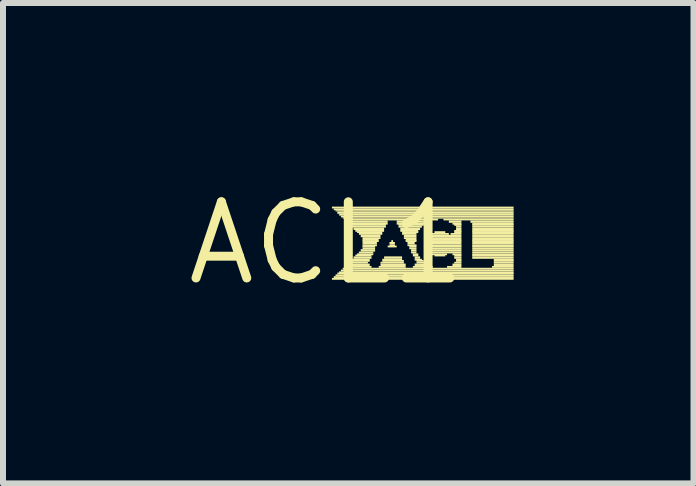
<source format=kicad_pcb>
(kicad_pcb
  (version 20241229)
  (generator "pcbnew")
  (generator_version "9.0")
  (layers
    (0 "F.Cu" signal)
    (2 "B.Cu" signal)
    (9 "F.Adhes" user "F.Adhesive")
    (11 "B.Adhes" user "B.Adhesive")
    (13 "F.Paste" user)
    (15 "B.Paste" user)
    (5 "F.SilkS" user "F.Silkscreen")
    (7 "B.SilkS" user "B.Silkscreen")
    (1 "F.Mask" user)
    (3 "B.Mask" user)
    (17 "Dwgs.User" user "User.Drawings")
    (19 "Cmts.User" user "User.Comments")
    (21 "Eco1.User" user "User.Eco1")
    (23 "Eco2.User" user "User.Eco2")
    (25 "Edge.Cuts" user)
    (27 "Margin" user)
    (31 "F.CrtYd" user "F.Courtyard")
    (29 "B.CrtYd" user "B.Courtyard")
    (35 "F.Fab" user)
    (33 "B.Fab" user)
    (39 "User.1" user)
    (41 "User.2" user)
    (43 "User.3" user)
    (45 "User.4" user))
  (footprint "ACL1"
    (layer "F.Cu")
    (at 2.396 1.006)
    (property "Reference" "ACL1" (at 0 0 0) (layer "F.SilkS") (effects (font (size 1.27 1.27) (thickness 0.15))))
    (fp_poly (pts (xy 0.09 -0.58) (xy 3.12 -0.58) (xy 3.12 -0.61) (xy 0.09 -0.61)) (stroke (width 0) (type solid)) (fill yes) (layer "F.SilkS"))
    (fp_poly (pts (xy 0.09 0.61) (xy 3.12 0.61) (xy 3.12 0.58) (xy 0.09 0.58)) (stroke (width 0) (type solid)) (fill yes) (layer "F.SilkS"))
    (fp_poly (pts (xy 0.12 -0.55) (xy 3.12 -0.55) (xy 3.12 -0.58) (xy 0.12 -0.58)) (stroke (width 0) (type solid)) (fill yes) (layer "F.SilkS"))
    (fp_poly (pts (xy 0.12 0.58) (xy 3.12 0.58) (xy 3.12 0.55) (xy 0.12 0.55)) (stroke (width 0) (type solid)) (fill yes) (layer "F.SilkS"))
    (fp_poly (pts (xy 0.15 -0.53) (xy 3.12 -0.53) (xy 3.12 -0.55) (xy 0.15 -0.55)) (stroke (width 0) (type solid)) (fill yes) (layer "F.SilkS"))
    (fp_poly (pts (xy 0.15 0.55) (xy 3.12 0.55) (xy 3.12 0.52) (xy 0.15 0.52)) (stroke (width 0) (type solid)) (fill yes) (layer "F.SilkS"))
    (fp_poly (pts (xy 0.18 -0.49) (xy 3.12 -0.49) (xy 3.12 -0.53) (xy 0.18 -0.53)) (stroke (width 0) (type solid)) (fill yes) (layer "F.SilkS"))
    (fp_poly (pts (xy 0.18 0.52) (xy 3.12 0.52) (xy 3.12 0.49) (xy 0.18 0.49)) (stroke (width 0) (type solid)) (fill yes) (layer "F.SilkS"))
    (fp_poly (pts (xy 0.21 -0.46) (xy 3.12 -0.46) (xy 3.12 -0.49) (xy 0.21 -0.49)) (stroke (width 0) (type solid)) (fill yes) (layer "F.SilkS"))
    (fp_poly (pts (xy 0.21 0.5) (xy 3.12 0.5) (xy 3.12 0.47) (xy 0.21 0.47)) (stroke (width 0) (type solid)) (fill yes) (layer "F.SilkS"))
    (fp_poly (pts (xy 0.24 -0.43) (xy 3.12 -0.43) (xy 3.12 -0.46) (xy 0.24 -0.46)) (stroke (width 0) (type solid)) (fill yes) (layer "F.SilkS"))
    (fp_poly (pts (xy 0.24 0.47) (xy 3.12 0.47) (xy 3.12 0.44) (xy 0.24 0.44)) (stroke (width 0) (type solid)) (fill yes) (layer "F.SilkS"))
    (fp_poly (pts (xy 0.27 -0.41) (xy 3.12 -0.41) (xy 3.12 -0.43) (xy 0.27 -0.43)) (stroke (width 0) (type solid)) (fill yes) (layer "F.SilkS"))
    (fp_poly (pts (xy 0.27 0.44) (xy 3.12 0.44) (xy 3.12 0.41) (xy 0.27 0.41)) (stroke (width 0) (type solid)) (fill yes) (layer "F.SilkS"))
    (fp_poly (pts (xy 0.3 -0.38) (xy 1.86 -0.38) (xy 1.86 -0.41) (xy 0.3 -0.41)) (stroke (width 0) (type solid)) (fill yes) (layer "F.SilkS"))
    (fp_poly (pts (xy 0.3 0.41) (xy 0.75 0.41) (xy 0.75 0.38) (xy 0.3 0.38)) (stroke (width 0) (type solid)) (fill yes) (layer "F.SilkS"))
    (fp_poly (pts (xy 0.33 -0.34) (xy 1.02 -0.34) (xy 1.02 -0.38) (xy 0.33 -0.38)) (stroke (width 0) (type solid)) (fill yes) (layer "F.SilkS"))
    (fp_poly (pts (xy 0.33 0.38) (xy 0.72 0.38) (xy 0.72 0.34) (xy 0.33 0.34)) (stroke (width 0) (type solid)) (fill yes) (layer "F.SilkS"))
    (fp_poly (pts (xy 0.36 -0.31) (xy 1.02 -0.31) (xy 1.02 -0.34) (xy 0.36 -0.34)) (stroke (width 0) (type solid)) (fill yes) (layer "F.SilkS"))
    (fp_poly (pts (xy 0.36 0.34) (xy 0.69 0.34) (xy 0.69 0.31) (xy 0.36 0.31)) (stroke (width 0) (type solid)) (fill yes) (layer "F.SilkS"))
    (fp_poly (pts (xy 0.39 -0.29) (xy 0.99 -0.29) (xy 0.99 -0.32) (xy 0.39 -0.32)) (stroke (width 0) (type solid)) (fill yes) (layer "F.SilkS"))
    (fp_poly (pts (xy 0.39 0.31) (xy 0.72 0.31) (xy 0.72 0.28) (xy 0.39 0.28)) (stroke (width 0) (type solid)) (fill yes) (layer "F.SilkS"))
    (fp_poly (pts (xy 0.42 -0.26) (xy 0.99 -0.26) (xy 0.99 -0.29) (xy 0.42 -0.29)) (stroke (width 0) (type solid)) (fill yes) (layer "F.SilkS"))
    (fp_poly (pts (xy 0.42 0.29) (xy 0.72 0.29) (xy 0.72 0.26) (xy 0.42 0.26)) (stroke (width 0) (type solid)) (fill yes) (layer "F.SilkS"))
    (fp_poly (pts (xy 0.45 -0.22) (xy 0.96 -0.22) (xy 0.96 -0.26) (xy 0.45 -0.26)) (stroke (width 0) (type solid)) (fill yes) (layer "F.SilkS"))
    (fp_poly (pts (xy 0.45 0.26) (xy 0.75 0.26) (xy 0.75 0.22) (xy 0.45 0.22)) (stroke (width 0) (type solid)) (fill yes) (layer "F.SilkS"))
    (fp_poly (pts (xy 0.48 -0.19) (xy 0.96 -0.19) (xy 0.96 -0.22) (xy 0.48 -0.22)) (stroke (width 0) (type solid)) (fill yes) (layer "F.SilkS"))
    (fp_poly (pts (xy 0.48 0.22) (xy 0.75 0.22) (xy 0.75 0.19) (xy 0.48 0.19)) (stroke (width 0) (type solid)) (fill yes) (layer "F.SilkS"))
    (fp_poly (pts (xy 0.51 -0.17) (xy 0.93 -0.17) (xy 0.93 -0.2) (xy 0.51 -0.2)) (stroke (width 0) (type solid)) (fill yes) (layer "F.SilkS"))
    (fp_poly (pts (xy 0.51 0.2) (xy 0.78 0.2) (xy 0.78 0.17) (xy 0.51 0.17)) (stroke (width 0) (type solid)) (fill yes) (layer "F.SilkS"))
    (fp_poly (pts (xy 0.54 -0.14) (xy 0.93 -0.14) (xy 0.93 -0.17) (xy 0.54 -0.17)) (stroke (width 0) (type solid)) (fill yes) (layer "F.SilkS"))
    (fp_poly (pts (xy 0.54 0.17) (xy 0.78 0.17) (xy 0.78 0.14) (xy 0.54 0.14)) (stroke (width 0) (type solid)) (fill yes) (layer "F.SilkS"))
    (fp_poly (pts (xy 0.57 -0.1) (xy 0.9 -0.1) (xy 0.9 -0.14) (xy 0.57 -0.14)) (stroke (width 0) (type solid)) (fill yes) (layer "F.SilkS"))
    (fp_poly (pts (xy 0.57 0.14) (xy 0.81 0.14) (xy 0.81 0.1) (xy 0.57 0.1)) (stroke (width 0) (type solid)) (fill yes) (layer "F.SilkS"))
    (fp_poly (pts (xy 0.6 -0.07) (xy 0.9 -0.07) (xy 0.9 -0.1) (xy 0.6 -0.1)) (stroke (width 0) (type solid)) (fill yes) (layer "F.SilkS"))
    (fp_poly (pts (xy 0.6 -0.04) (xy 0.87 -0.04) (xy 0.87 -0.07) (xy 0.6 -0.07)) (stroke (width 0) (type solid)) (fill yes) (layer "F.SilkS"))
    (fp_poly (pts (xy 0.6 -0.02) (xy 0.87 -0.02) (xy 0.87 -0.05) (xy 0.6 -0.05)) (stroke (width 0) (type solid)) (fill yes) (layer "F.SilkS"))
    (fp_poly (pts (xy 0.6 0.02) (xy 0.84 0.02) (xy 0.84 -0.02) (xy 0.6 -0.02)) (stroke (width 0) (type solid)) (fill yes) (layer "F.SilkS"))
    (fp_poly (pts (xy 0.6 0.05) (xy 0.84 0.05) (xy 0.84 0.02) (xy 0.6 0.02)) (stroke (width 0) (type solid)) (fill yes) (layer "F.SilkS"))
    (fp_poly (pts (xy 0.6 0.07) (xy 0.81 0.07) (xy 0.81 0.04) (xy 0.6 0.04)) (stroke (width 0) (type solid)) (fill yes) (layer "F.SilkS"))
    (fp_poly (pts (xy 0.6 0.1) (xy 0.81 0.1) (xy 0.81 0.07) (xy 0.6 0.07)) (stroke (width 0) (type solid)) (fill yes) (layer "F.SilkS"))
    (fp_poly (pts (xy 0.87 0.41) (xy 1.32 0.41) (xy 1.32 0.38) (xy 0.87 0.38)) (stroke (width 0) (type solid)) (fill yes) (layer "F.SilkS"))
    (fp_poly (pts (xy 0.9 0.34) (xy 1.29 0.34) (xy 1.29 0.31) (xy 0.9 0.31)) (stroke (width 0) (type solid)) (fill yes) (layer "F.SilkS"))
    (fp_poly (pts (xy 0.9 0.38) (xy 1.32 0.38) (xy 1.32 0.34) (xy 0.9 0.34)) (stroke (width 0) (type solid)) (fill yes) (layer "F.SilkS"))
    (fp_poly (pts (xy 0.93 0.29) (xy 1.26 0.29) (xy 1.26 0.26) (xy 0.93 0.26)) (stroke (width 0) (type solid)) (fill yes) (layer "F.SilkS"))
    (fp_poly (pts (xy 0.93 0.31) (xy 1.29 0.31) (xy 1.29 0.28) (xy 0.93 0.28)) (stroke (width 0) (type solid)) (fill yes) (layer "F.SilkS"))
    (fp_poly (pts (xy 0.96 0.26) (xy 1.26 0.26) (xy 1.26 0.22) (xy 0.96 0.22)) (stroke (width 0) (type solid)) (fill yes) (layer "F.SilkS"))
    (fp_poly (pts (xy 1.02 0.07) (xy 1.17 0.07) (xy 1.17 0.04) (xy 1.02 0.04)) (stroke (width 0) (type solid)) (fill yes) (layer "F.SilkS"))
    (fp_poly (pts (xy 1.05 0.02) (xy 1.14 0.02) (xy 1.14 -0.02) (xy 1.05 -0.02)) (stroke (width 0) (type solid)) (fill yes) (layer "F.SilkS"))
    (fp_poly (pts (xy 1.05 0.05) (xy 1.14 0.05) (xy 1.14 0.02) (xy 1.05 0.02)) (stroke (width 0) (type solid)) (fill yes) (layer "F.SilkS"))
    (fp_poly (pts (xy 1.08 -0.02) (xy 1.11 -0.02) (xy 1.11 -0.05) (xy 1.08 -0.05)) (stroke (width 0) (type solid)) (fill yes) (layer "F.SilkS"))
    (fp_poly (pts (xy 1.17 -0.34) (xy 1.74 -0.34) (xy 1.74 -0.38) (xy 1.17 -0.38)) (stroke (width 0) (type solid)) (fill yes) (layer "F.SilkS"))
    (fp_poly (pts (xy 1.17 -0.31) (xy 1.68 -0.31) (xy 1.68 -0.34) (xy 1.17 -0.34)) (stroke (width 0) (type solid)) (fill yes) (layer "F.SilkS"))
    (fp_poly (pts (xy 1.2 -0.29) (xy 1.62 -0.29) (xy 1.62 -0.32) (xy 1.2 -0.32)) (stroke (width 0) (type solid)) (fill yes) (layer "F.SilkS"))
    (fp_poly (pts (xy 1.2 -0.26) (xy 1.59 -0.26) (xy 1.59 -0.29) (xy 1.2 -0.29)) (stroke (width 0) (type solid)) (fill yes) (layer "F.SilkS"))
    (fp_poly (pts (xy 1.23 -0.22) (xy 1.56 -0.22) (xy 1.56 -0.26) (xy 1.23 -0.26)) (stroke (width 0) (type solid)) (fill yes) (layer "F.SilkS"))
    (fp_poly (pts (xy 1.23 -0.19) (xy 1.53 -0.19) (xy 1.53 -0.22) (xy 1.23 -0.22)) (stroke (width 0) (type solid)) (fill yes) (layer "F.SilkS"))
    (fp_poly (pts (xy 1.26 -0.17) (xy 1.53 -0.17) (xy 1.53 -0.2) (xy 1.26 -0.2)) (stroke (width 0) (type solid)) (fill yes) (layer "F.SilkS"))
    (fp_poly (pts (xy 1.26 -0.14) (xy 1.5 -0.14) (xy 1.5 -0.17) (xy 1.26 -0.17)) (stroke (width 0) (type solid)) (fill yes) (layer "F.SilkS"))
    (fp_poly (pts (xy 1.29 -0.1) (xy 1.5 -0.1) (xy 1.5 -0.14) (xy 1.29 -0.14)) (stroke (width 0) (type solid)) (fill yes) (layer "F.SilkS"))
    (fp_poly (pts (xy 1.29 -0.07) (xy 1.5 -0.07) (xy 1.5 -0.1) (xy 1.29 -0.1)) (stroke (width 0) (type solid)) (fill yes) (layer "F.SilkS"))
    (fp_poly (pts (xy 1.32 -0.04) (xy 1.5 -0.04) (xy 1.5 -0.07) (xy 1.32 -0.07)) (stroke (width 0) (type solid)) (fill yes) (layer "F.SilkS"))
    (fp_poly (pts (xy 1.32 -0.02) (xy 1.5 -0.02) (xy 1.5 -0.05) (xy 1.32 -0.05)) (stroke (width 0) (type solid)) (fill yes) (layer "F.SilkS"))
    (fp_poly (pts (xy 1.35 0.02) (xy 1.47 0.02) (xy 1.47 -0.02) (xy 1.35 -0.02)) (stroke (width 0) (type solid)) (fill yes) (layer "F.SilkS"))
    (fp_poly (pts (xy 1.35 0.05) (xy 1.5 0.05) (xy 1.5 0.02) (xy 1.35 0.02)) (stroke (width 0) (type solid)) (fill yes) (layer "F.SilkS"))
    (fp_poly (pts (xy 1.38 0.07) (xy 1.5 0.07) (xy 1.5 0.04) (xy 1.38 0.04)) (stroke (width 0) (type solid)) (fill yes) (layer "F.SilkS"))
    (fp_poly (pts (xy 1.38 0.1) (xy 1.5 0.1) (xy 1.5 0.07) (xy 1.38 0.07)) (stroke (width 0) (type solid)) (fill yes) (layer "F.SilkS"))
    (fp_poly (pts (xy 1.41 0.14) (xy 1.5 0.14) (xy 1.5 0.1) (xy 1.41 0.1)) (stroke (width 0) (type solid)) (fill yes) (layer "F.SilkS"))
    (fp_poly (pts (xy 1.41 0.17) (xy 1.5 0.17) (xy 1.5 0.14) (xy 1.41 0.14)) (stroke (width 0) (type solid)) (fill yes) (layer "F.SilkS"))
    (fp_poly (pts (xy 1.44 0.2) (xy 1.53 0.2) (xy 1.53 0.17) (xy 1.44 0.17)) (stroke (width 0) (type solid)) (fill yes) (layer "F.SilkS"))
    (fp_poly (pts (xy 1.44 0.22) (xy 1.53 0.22) (xy 1.53 0.19) (xy 1.44 0.19)) (stroke (width 0) (type solid)) (fill yes) (layer "F.SilkS"))
    (fp_poly (pts (xy 1.44 0.41) (xy 1.77 0.41) (xy 1.77 0.38) (xy 1.44 0.38)) (stroke (width 0) (type solid)) (fill yes) (layer "F.SilkS"))
    (fp_poly (pts (xy 1.47 0.26) (xy 1.56 0.26) (xy 1.56 0.22) (xy 1.47 0.22)) (stroke (width 0) (type solid)) (fill yes) (layer "F.SilkS"))
    (fp_poly (pts (xy 1.47 0.29) (xy 1.59 0.29) (xy 1.59 0.26) (xy 1.47 0.26)) (stroke (width 0) (type solid)) (fill yes) (layer "F.SilkS"))
    (fp_poly (pts (xy 1.47 0.38) (xy 1.68 0.38) (xy 1.68 0.34) (xy 1.47 0.34)) (stroke (width 0) (type solid)) (fill yes) (layer "F.SilkS"))
    (fp_poly (pts (xy 1.5 0.31) (xy 1.62 0.31) (xy 1.62 0.28) (xy 1.5 0.28)) (stroke (width 0) (type solid)) (fill yes) (layer "F.SilkS"))
    (fp_poly (pts (xy 1.5 0.34) (xy 1.65 0.34) (xy 1.65 0.31) (xy 1.5 0.31)) (stroke (width 0) (type solid)) (fill yes) (layer "F.SilkS"))
    (fp_poly (pts (xy 1.68 -0.07) (xy 2.25 -0.07) (xy 2.25 -0.1) (xy 1.68 -0.1)) (stroke (width 0) (type solid)) (fill yes) (layer "F.SilkS"))
    (fp_poly (pts (xy 1.68 -0.04) (xy 2.25 -0.04) (xy 2.25 -0.07) (xy 1.68 -0.07)) (stroke (width 0) (type solid)) (fill yes) (layer "F.SilkS"))
    (fp_poly (pts (xy 1.68 -0.02) (xy 2.25 -0.02) (xy 2.25 -0.05) (xy 1.68 -0.05)) (stroke (width 0) (type solid)) (fill yes) (layer "F.SilkS"))
    (fp_poly (pts (xy 1.68 0.02) (xy 2.25 0.02) (xy 2.25 -0.02) (xy 1.68 -0.02)) (stroke (width 0) (type solid)) (fill yes) (layer "F.SilkS"))
    (fp_poly (pts (xy 1.68 0.05) (xy 2.25 0.05) (xy 2.25 0.02) (xy 1.68 0.02)) (stroke (width 0) (type solid)) (fill yes) (layer "F.SilkS"))
    (fp_poly (pts (xy 1.68 0.07) (xy 2.25 0.07) (xy 2.25 0.04) (xy 1.68 0.04)) (stroke (width 0) (type solid)) (fill yes) (layer "F.SilkS"))
    (fp_poly (pts (xy 1.68 0.1) (xy 2.25 0.1) (xy 2.25 0.07) (xy 1.68 0.07)) (stroke (width 0) (type solid)) (fill yes) (layer "F.SilkS"))
    (fp_poly (pts (xy 1.71 -0.1) (xy 2.25 -0.1) (xy 2.25 -0.14) (xy 1.71 -0.14)) (stroke (width 0) (type solid)) (fill yes) (layer "F.SilkS"))
    (fp_poly (pts (xy 1.71 0.14) (xy 2.25 0.14) (xy 2.25 0.1) (xy 1.71 0.1)) (stroke (width 0) (type solid)) (fill yes) (layer "F.SilkS"))
    (fp_poly (pts (xy 1.71 0.17) (xy 2.25 0.17) (xy 2.25 0.14) (xy 1.71 0.14)) (stroke (width 0) (type solid)) (fill yes) (layer "F.SilkS"))
    (fp_poly (pts (xy 1.74 -0.14) (xy 2.04 -0.14) (xy 2.04 -0.17) (xy 1.74 -0.17)) (stroke (width 0) (type solid)) (fill yes) (layer "F.SilkS"))
    (fp_poly (pts (xy 1.74 0.2) (xy 2.01 0.2) (xy 2.01 0.17) (xy 1.74 0.17)) (stroke (width 0) (type solid)) (fill yes) (layer "F.SilkS"))
    (fp_poly (pts (xy 1.8 -0.17) (xy 1.98 -0.17) (xy 1.98 -0.2) (xy 1.8 -0.2)) (stroke (width 0) (type solid)) (fill yes) (layer "F.SilkS"))
    (fp_poly (pts (xy 1.8 0.22) (xy 1.98 0.22) (xy 1.98 0.19) (xy 1.8 0.19)) (stroke (width 0) (type solid)) (fill yes) (layer "F.SilkS"))
    (fp_poly (pts (xy 1.95 -0.38) (xy 3.12 -0.38) (xy 3.12 -0.41) (xy 1.95 -0.41)) (stroke (width 0) (type solid)) (fill yes) (layer "F.SilkS"))
    (fp_poly (pts (xy 2.01 0.41) (xy 2.25 0.41) (xy 2.25 0.38) (xy 2.01 0.38)) (stroke (width 0) (type solid)) (fill yes) (layer "F.SilkS"))
    (fp_poly (pts (xy 2.04 -0.34) (xy 2.25 -0.34) (xy 2.25 -0.38) (xy 2.04 -0.38)) (stroke (width 0) (type solid)) (fill yes) (layer "F.SilkS"))
    (fp_poly (pts (xy 2.07 -0.14) (xy 2.25 -0.14) (xy 2.25 -0.17) (xy 2.07 -0.17)) (stroke (width 0) (type solid)) (fill yes) (layer "F.SilkS"))
    (fp_poly (pts (xy 2.1 -0.31) (xy 2.25 -0.31) (xy 2.25 -0.34) (xy 2.1 -0.34)) (stroke (width 0) (type solid)) (fill yes) (layer "F.SilkS"))
    (fp_poly (pts (xy 2.1 0.2) (xy 2.25 0.2) (xy 2.25 0.17) (xy 2.1 0.17)) (stroke (width 0) (type solid)) (fill yes) (layer "F.SilkS"))
    (fp_poly (pts (xy 2.1 0.38) (xy 2.25 0.38) (xy 2.25 0.34) (xy 2.1 0.34)) (stroke (width 0) (type solid)) (fill yes) (layer "F.SilkS"))
    (fp_poly (pts (xy 2.13 -0.29) (xy 2.25 -0.29) (xy 2.25 -0.32) (xy 2.13 -0.32)) (stroke (width 0) (type solid)) (fill yes) (layer "F.SilkS"))
    (fp_poly (pts (xy 2.13 -0.19) (xy 2.25 -0.19) (xy 2.25 -0.22) (xy 2.13 -0.22)) (stroke (width 0) (type solid)) (fill yes) (layer "F.SilkS"))
    (fp_poly (pts (xy 2.13 -0.17) (xy 2.25 -0.17) (xy 2.25 -0.2) (xy 2.13 -0.2)) (stroke (width 0) (type solid)) (fill yes) (layer "F.SilkS"))
    (fp_poly (pts (xy 2.13 0.22) (xy 2.25 0.22) (xy 2.25 0.19) (xy 2.13 0.19)) (stroke (width 0) (type solid)) (fill yes) (layer "F.SilkS"))
    (fp_poly (pts (xy 2.13 0.26) (xy 2.25 0.26) (xy 2.25 0.22) (xy 2.13 0.22)) (stroke (width 0) (type solid)) (fill yes) (layer "F.SilkS"))
    (fp_poly (pts (xy 2.13 0.34) (xy 2.25 0.34) (xy 2.25 0.31) (xy 2.13 0.31)) (stroke (width 0) (type solid)) (fill yes) (layer "F.SilkS"))
    (fp_poly (pts (xy 2.16 -0.26) (xy 2.25 -0.26) (xy 2.25 -0.29) (xy 2.16 -0.29)) (stroke (width 0) (type solid)) (fill yes) (layer "F.SilkS"))
    (fp_poly (pts (xy 2.16 -0.22) (xy 2.25 -0.22) (xy 2.25 -0.26) (xy 2.16 -0.26)) (stroke (width 0) (type solid)) (fill yes) (layer "F.SilkS"))
    (fp_poly (pts (xy 2.16 0.29) (xy 2.25 0.29) (xy 2.25 0.26) (xy 2.16 0.26)) (stroke (width 0) (type solid)) (fill yes) (layer "F.SilkS"))
    (fp_poly (pts (xy 2.16 0.31) (xy 2.25 0.31) (xy 2.25 0.28) (xy 2.16 0.28)) (stroke (width 0) (type solid)) (fill yes) (layer "F.SilkS"))
    (fp_poly (pts (xy 2.4 -0.34) (xy 3.12 -0.34) (xy 3.12 -0.38) (xy 2.4 -0.38)) (stroke (width 0) (type solid)) (fill yes) (layer "F.SilkS"))
    (fp_poly (pts (xy 2.43 -0.31) (xy 3.12 -0.31) (xy 3.12 -0.34) (xy 2.43 -0.34)) (stroke (width 0) (type solid)) (fill yes) (layer "F.SilkS"))
    (fp_poly (pts (xy 2.43 -0.29) (xy 3.12 -0.29) (xy 3.12 -0.32) (xy 2.43 -0.32)) (stroke (width 0) (type solid)) (fill yes) (layer "F.SilkS"))
    (fp_poly (pts (xy 2.43 -0.26) (xy 3.12 -0.26) (xy 3.12 -0.29) (xy 2.43 -0.29)) (stroke (width 0) (type solid)) (fill yes) (layer "F.SilkS"))
    (fp_poly (pts (xy 2.43 -0.22) (xy 3.12 -0.22) (xy 3.12 -0.26) (xy 2.43 -0.26)) (stroke (width 0) (type solid)) (fill yes) (layer "F.SilkS"))
    (fp_poly (pts (xy 2.43 -0.19) (xy 3.12 -0.19) (xy 3.12 -0.22) (xy 2.43 -0.22)) (stroke (width 0) (type solid)) (fill yes) (layer "F.SilkS"))
    (fp_poly (pts (xy 2.43 -0.17) (xy 3.12 -0.17) (xy 3.12 -0.2) (xy 2.43 -0.2)) (stroke (width 0) (type solid)) (fill yes) (layer "F.SilkS"))
    (fp_poly (pts (xy 2.43 -0.14) (xy 3.12 -0.14) (xy 3.12 -0.17) (xy 2.43 -0.17)) (stroke (width 0) (type solid)) (fill yes) (layer "F.SilkS"))
    (fp_poly (pts (xy 2.43 -0.1) (xy 3.12 -0.1) (xy 3.12 -0.14) (xy 2.43 -0.14)) (stroke (width 0) (type solid)) (fill yes) (layer "F.SilkS"))
    (fp_poly (pts (xy 2.43 -0.07) (xy 3.12 -0.07) (xy 3.12 -0.1) (xy 2.43 -0.1)) (stroke (width 0) (type solid)) (fill yes) (layer "F.SilkS"))
    (fp_poly (pts (xy 2.43 -0.04) (xy 3.12 -0.04) (xy 3.12 -0.07) (xy 2.43 -0.07)) (stroke (width 0) (type solid)) (fill yes) (layer "F.SilkS"))
    (fp_poly (pts (xy 2.43 -0.02) (xy 3.12 -0.02) (xy 3.12 -0.05) (xy 2.43 -0.05)) (stroke (width 0) (type solid)) (fill yes) (layer "F.SilkS"))
    (fp_poly (pts (xy 2.43 0.02) (xy 3.12 0.02) (xy 3.12 -0.02) (xy 2.43 -0.02)) (stroke (width 0) (type solid)) (fill yes) (layer "F.SilkS"))
    (fp_poly (pts (xy 2.43 0.05) (xy 3.12 0.05) (xy 3.12 0.02) (xy 2.43 0.02)) (stroke (width 0) (type solid)) (fill yes) (layer "F.SilkS"))
    (fp_poly (pts (xy 2.43 0.07) (xy 3.12 0.07) (xy 3.12 0.04) (xy 2.43 0.04)) (stroke (width 0) (type solid)) (fill yes) (layer "F.SilkS"))
    (fp_poly (pts (xy 2.43 0.1) (xy 3.12 0.1) (xy 3.12 0.07) (xy 2.43 0.07)) (stroke (width 0) (type solid)) (fill yes) (layer "F.SilkS"))
    (fp_poly (pts (xy 2.43 0.14) (xy 3.12 0.14) (xy 3.12 0.1) (xy 2.43 0.1)) (stroke (width 0) (type solid)) (fill yes) (layer "F.SilkS"))
    (fp_poly (pts (xy 2.43 0.17) (xy 3.12 0.17) (xy 3.12 0.14) (xy 2.43 0.14)) (stroke (width 0) (type solid)) (fill yes) (layer "F.SilkS"))
    (fp_poly (pts (xy 2.43 0.2) (xy 3.12 0.2) (xy 3.12 0.17) (xy 2.43 0.17)) (stroke (width 0) (type solid)) (fill yes) (layer "F.SilkS"))
    (fp_poly (pts (xy 2.43 0.22) (xy 3.12 0.22) (xy 3.12 0.19) (xy 2.43 0.19)) (stroke (width 0) (type solid)) (fill yes) (layer "F.SilkS"))
    (fp_poly (pts (xy 2.43 0.26) (xy 3.12 0.26) (xy 3.12 0.22) (xy 2.43 0.22)) (stroke (width 0) (type solid)) (fill yes) (layer "F.SilkS"))
    (fp_poly (pts (xy 2.76 0.41) (xy 3.12 0.41) (xy 3.12 0.38) (xy 2.76 0.38)) (stroke (width 0) (type solid)) (fill yes) (layer "F.SilkS"))
    (fp_poly (pts (xy 2.79 0.29) (xy 3.12 0.29) (xy 3.12 0.26) (xy 2.79 0.26)) (stroke (width 0) (type solid)) (fill yes) (layer "F.SilkS"))
    (fp_poly (pts (xy 2.79 0.31) (xy 3.12 0.31) (xy 3.12 0.28) (xy 2.79 0.28)) (stroke (width 0) (type solid)) (fill yes) (layer "F.SilkS"))
    (fp_poly (pts (xy 2.79 0.34) (xy 3.12 0.34) (xy 3.12 0.31) (xy 2.79 0.31)) (stroke (width 0) (type solid)) (fill yes) (layer "F.SilkS"))
    (fp_poly (pts (xy 2.79 0.38) (xy 3.12 0.38) (xy 3.12 0.34) (xy 2.79 0.34)) (stroke (width 0) (type solid)) (fill yes) (layer "F.SilkS")))
  (gr_rect
    (start -3 -3)
    (end 8.516 5.012)
    (stroke (width 0.1) (type default))
    (fill no)
    (layer "Edge.Cuts")))
</source>
